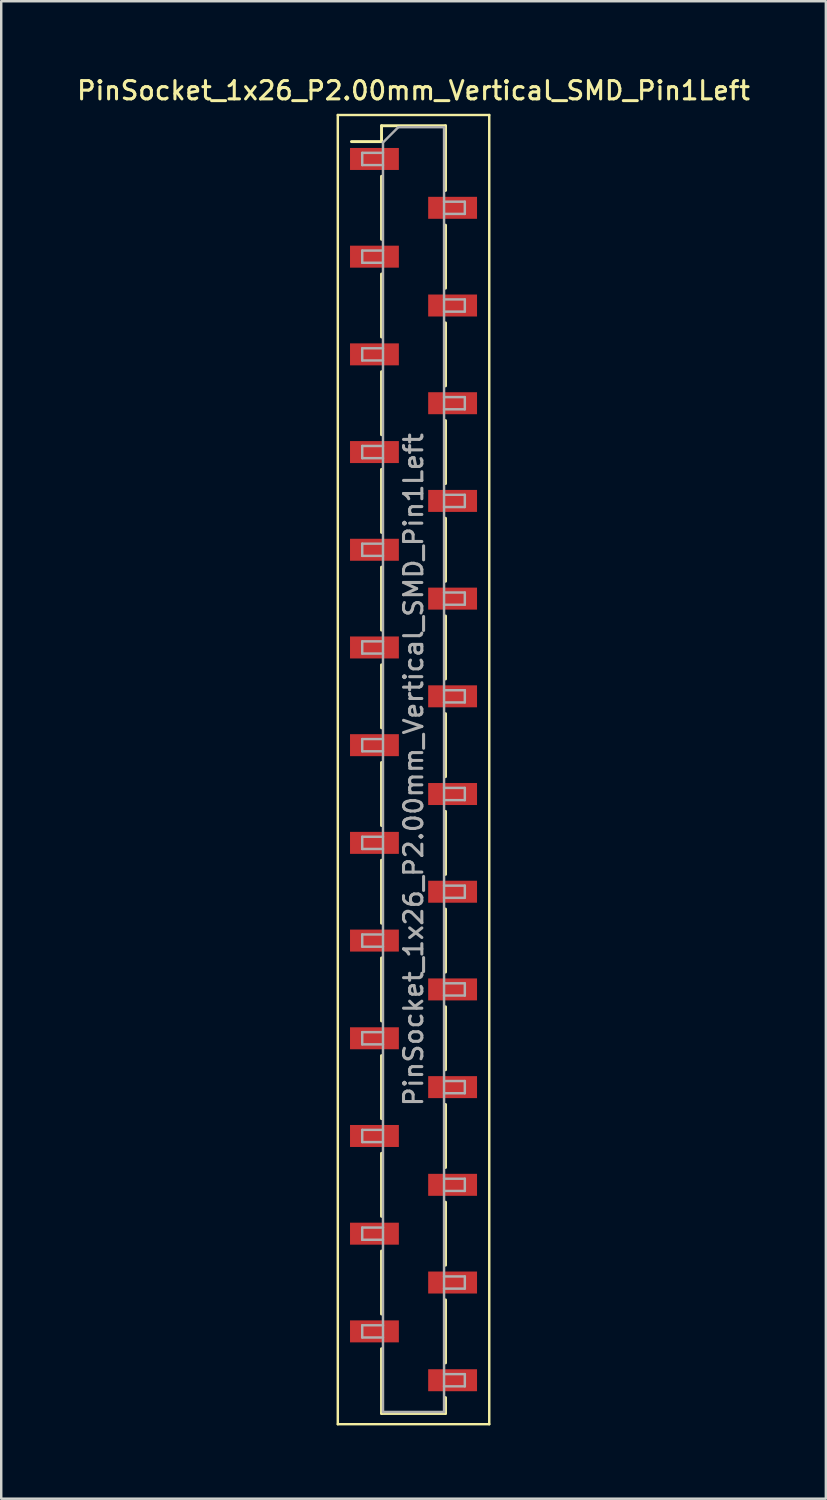
<source format=kicad_pcb>
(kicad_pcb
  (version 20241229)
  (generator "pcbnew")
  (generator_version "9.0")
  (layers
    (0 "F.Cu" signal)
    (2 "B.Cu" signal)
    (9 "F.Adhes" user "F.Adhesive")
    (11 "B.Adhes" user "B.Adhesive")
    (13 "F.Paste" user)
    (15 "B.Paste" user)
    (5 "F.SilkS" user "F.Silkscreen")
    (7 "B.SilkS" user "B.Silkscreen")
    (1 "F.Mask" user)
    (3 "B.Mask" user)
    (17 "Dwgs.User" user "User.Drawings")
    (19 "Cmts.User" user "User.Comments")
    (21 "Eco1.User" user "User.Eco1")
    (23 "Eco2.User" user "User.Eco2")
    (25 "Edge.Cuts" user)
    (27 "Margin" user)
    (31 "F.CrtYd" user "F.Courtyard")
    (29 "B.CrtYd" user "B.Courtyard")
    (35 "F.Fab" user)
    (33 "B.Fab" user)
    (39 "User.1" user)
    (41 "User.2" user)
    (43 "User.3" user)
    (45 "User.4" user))
  (footprint "PinSocket_1x26_P2.00mm_Vertical_SMD_Pin1Left"
    (layer "F.Cu")
    (at 13.88 28.458)
    (property "Reference" "PinSocket_1x26_P2.00mm_Vertical_SMD_Pin1Left" (at 0 -27.8 0) (layer "F.SilkS") (effects (font (size 0.75 0.75) (thickness 0.125))))
    (attr smd)
    (fp_line (start -3.1 -26.8) (end 3.1 -26.8) (stroke (width 0.1) (type solid)) (layer "F.SilkS"))
    (fp_line (start -3.1 26.8) (end -3.1 -26.8) (stroke (width 0.1) (type solid)) (layer "F.SilkS"))
    (fp_line (start -2.54 -25.71) (end -1.31 -25.71) (stroke (width 0.12) (type solid)) (layer "F.SilkS"))
    (fp_line (start -1.31 -26.36) (end -1.31 -25.71) (stroke (width 0.12) (type solid)) (layer "F.SilkS"))
    (fp_line (start -1.31 -26.36) (end 1.31 -26.36) (stroke (width 0.12) (type solid)) (layer "F.SilkS"))
    (fp_line (start -1.31 -24.29) (end -1.31 -21.71) (stroke (width 0.12) (type solid)) (layer "F.SilkS"))
    (fp_line (start -1.31 -20.29) (end -1.31 -17.71) (stroke (width 0.12) (type solid)) (layer "F.SilkS"))
    (fp_line (start -1.31 -16.29) (end -1.31 -13.71) (stroke (width 0.12) (type solid)) (layer "F.SilkS"))
    (fp_line (start -1.31 -12.29) (end -1.31 -9.71) (stroke (width 0.12) (type solid)) (layer "F.SilkS"))
    (fp_line (start -1.31 -8.29) (end -1.31 -5.71) (stroke (width 0.12) (type solid)) (layer "F.SilkS"))
    (fp_line (start -1.31 -4.29) (end -1.31 -1.71) (stroke (width 0.12) (type solid)) (layer "F.SilkS"))
    (fp_line (start -1.31 -0.29) (end -1.31 2.29) (stroke (width 0.12) (type solid)) (layer "F.SilkS"))
    (fp_line (start -1.31 3.71) (end -1.31 6.29) (stroke (width 0.12) (type solid)) (layer "F.SilkS"))
    (fp_line (start -1.31 7.71) (end -1.31 10.29) (stroke (width 0.12) (type solid)) (layer "F.SilkS"))
    (fp_line (start -1.31 11.71) (end -1.31 14.29) (stroke (width 0.12) (type solid)) (layer "F.SilkS"))
    (fp_line (start -1.31 15.71) (end -1.31 18.29) (stroke (width 0.12) (type solid)) (layer "F.SilkS"))
    (fp_line (start -1.31 19.71) (end -1.31 22.29) (stroke (width 0.12) (type solid)) (layer "F.SilkS"))
    (fp_line (start -1.31 23.71) (end -1.31 26.36) (stroke (width 0.12) (type solid)) (layer "F.SilkS"))
    (fp_line (start -1.31 26.36) (end 1.31 26.36) (stroke (width 0.12) (type solid)) (layer "F.SilkS"))
    (fp_line (start 1.31 -26.36) (end 1.31 -23.71) (stroke (width 0.12) (type solid)) (layer "F.SilkS"))
    (fp_line (start 1.31 -22.29) (end 1.31 -19.71) (stroke (width 0.12) (type solid)) (layer "F.SilkS"))
    (fp_line (start 1.31 -18.29) (end 1.31 -15.71) (stroke (width 0.12) (type solid)) (layer "F.SilkS"))
    (fp_line (start 1.31 -14.29) (end 1.31 -11.71) (stroke (width 0.12) (type solid)) (layer "F.SilkS"))
    (fp_line (start 1.31 -10.29) (end 1.31 -7.71) (stroke (width 0.12) (type solid)) (layer "F.SilkS"))
    (fp_line (start 1.31 -6.29) (end 1.31 -3.71) (stroke (width 0.12) (type solid)) (layer "F.SilkS"))
    (fp_line (start 1.31 -2.29) (end 1.31 0.29) (stroke (width 0.12) (type solid)) (layer "F.SilkS"))
    (fp_line (start 1.31 1.71) (end 1.31 4.29) (stroke (width 0.12) (type solid)) (layer "F.SilkS"))
    (fp_line (start 1.31 5.71) (end 1.31 8.29) (stroke (width 0.12) (type solid)) (layer "F.SilkS"))
    (fp_line (start 1.31 9.71) (end 1.31 12.29) (stroke (width 0.12) (type solid)) (layer "F.SilkS"))
    (fp_line (start 1.31 13.71) (end 1.31 16.29) (stroke (width 0.12) (type solid)) (layer "F.SilkS"))
    (fp_line (start 1.31 17.71) (end 1.31 20.29) (stroke (width 0.12) (type solid)) (layer "F.SilkS"))
    (fp_line (start 1.31 21.71) (end 1.31 24.29) (stroke (width 0.12) (type solid)) (layer "F.SilkS"))
    (fp_line (start 1.31 25.71) (end 1.31 26.36) (stroke (width 0.12) (type solid)) (layer "F.SilkS"))
    (fp_line (start 3.1 -26.8) (end 3.1 26.8) (stroke (width 0.1) (type solid)) (layer "F.SilkS"))
    (fp_line (start 3.1 26.8) (end -3.1 26.8) (stroke (width 0.1) (type solid)) (layer "F.SilkS"))
    (fp_line (start -2.1 -25.25) (end -1.25 -25.25) (stroke (width 0.1) (type solid)) (layer "F.Fab"))
    (fp_line (start -2.1 -24.75) (end -2.1 -25.25) (stroke (width 0.1) (type solid)) (layer "F.Fab"))
    (fp_line (start -2.1 -21.25) (end -1.25 -21.25) (stroke (width 0.1) (type solid)) (layer "F.Fab"))
    (fp_line (start -2.1 -20.75) (end -2.1 -21.25) (stroke (width 0.1) (type solid)) (layer "F.Fab"))
    (fp_line (start -2.1 -17.25) (end -1.25 -17.25) (stroke (width 0.1) (type solid)) (layer "F.Fab"))
    (fp_line (start -2.1 -16.75) (end -2.1 -17.25) (stroke (width 0.1) (type solid)) (layer "F.Fab"))
    (fp_line (start -2.1 -13.25) (end -1.25 -13.25) (stroke (width 0.1) (type solid)) (layer "F.Fab"))
    (fp_line (start -2.1 -12.75) (end -2.1 -13.25) (stroke (width 0.1) (type solid)) (layer "F.Fab"))
    (fp_line (start -2.1 -9.25) (end -1.25 -9.25) (stroke (width 0.1) (type solid)) (layer "F.Fab"))
    (fp_line (start -2.1 -8.75) (end -2.1 -9.25) (stroke (width 0.1) (type solid)) (layer "F.Fab"))
    (fp_line (start -2.1 -5.25) (end -1.25 -5.25) (stroke (width 0.1) (type solid)) (layer "F.Fab"))
    (fp_line (start -2.1 -4.75) (end -2.1 -5.25) (stroke (width 0.1) (type solid)) (layer "F.Fab"))
    (fp_line (start -2.1 -1.25) (end -1.25 -1.25) (stroke (width 0.1) (type solid)) (layer "F.Fab"))
    (fp_line (start -2.1 -0.75) (end -2.1 -1.25) (stroke (width 0.1) (type solid)) (layer "F.Fab"))
    (fp_line (start -2.1 2.75) (end -1.25 2.75) (stroke (width 0.1) (type solid)) (layer "F.Fab"))
    (fp_line (start -2.1 3.25) (end -2.1 2.75) (stroke (width 0.1) (type solid)) (layer "F.Fab"))
    (fp_line (start -2.1 6.75) (end -1.25 6.75) (stroke (width 0.1) (type solid)) (layer "F.Fab"))
    (fp_line (start -2.1 7.25) (end -2.1 6.75) (stroke (width 0.1) (type solid)) (layer "F.Fab"))
    (fp_line (start -2.1 10.75) (end -1.25 10.75) (stroke (width 0.1) (type solid)) (layer "F.Fab"))
    (fp_line (start -2.1 11.25) (end -2.1 10.75) (stroke (width 0.1) (type solid)) (layer "F.Fab"))
    (fp_line (start -2.1 14.75) (end -1.25 14.75) (stroke (width 0.1) (type solid)) (layer "F.Fab"))
    (fp_line (start -2.1 15.25) (end -2.1 14.75) (stroke (width 0.1) (type solid)) (layer "F.Fab"))
    (fp_line (start -2.1 18.75) (end -1.25 18.75) (stroke (width 0.1) (type solid)) (layer "F.Fab"))
    (fp_line (start -2.1 19.25) (end -2.1 18.75) (stroke (width 0.1) (type solid)) (layer "F.Fab"))
    (fp_line (start -2.1 22.75) (end -1.25 22.75) (stroke (width 0.1) (type solid)) (layer "F.Fab"))
    (fp_line (start -2.1 23.25) (end -2.1 22.75) (stroke (width 0.1) (type solid)) (layer "F.Fab"))
    (fp_line (start -1.25 -25.675) (end -0.625 -26.3) (stroke (width 0.1) (type solid)) (layer "F.Fab"))
    (fp_line (start -1.25 -24.75) (end -2.1 -24.75) (stroke (width 0.1) (type solid)) (layer "F.Fab"))
    (fp_line (start -1.25 -20.75) (end -2.1 -20.75) (stroke (width 0.1) (type solid)) (layer "F.Fab"))
    (fp_line (start -1.25 -16.75) (end -2.1 -16.75) (stroke (width 0.1) (type solid)) (layer "F.Fab"))
    (fp_line (start -1.25 -12.75) (end -2.1 -12.75) (stroke (width 0.1) (type solid)) (layer "F.Fab"))
    (fp_line (start -1.25 -8.75) (end -2.1 -8.75) (stroke (width 0.1) (type solid)) (layer "F.Fab"))
    (fp_line (start -1.25 -4.75) (end -2.1 -4.75) (stroke (width 0.1) (type solid)) (layer "F.Fab"))
    (fp_line (start -1.25 -0.75) (end -2.1 -0.75) (stroke (width 0.1) (type solid)) (layer "F.Fab"))
    (fp_line (start -1.25 3.25) (end -2.1 3.25) (stroke (width 0.1) (type solid)) (layer "F.Fab"))
    (fp_line (start -1.25 7.25) (end -2.1 7.25) (stroke (width 0.1) (type solid)) (layer "F.Fab"))
    (fp_line (start -1.25 11.25) (end -2.1 11.25) (stroke (width 0.1) (type solid)) (layer "F.Fab"))
    (fp_line (start -1.25 15.25) (end -2.1 15.25) (stroke (width 0.1) (type solid)) (layer "F.Fab"))
    (fp_line (start -1.25 19.25) (end -2.1 19.25) (stroke (width 0.1) (type solid)) (layer "F.Fab"))
    (fp_line (start -1.25 23.25) (end -2.1 23.25) (stroke (width 0.1) (type solid)) (layer "F.Fab"))
    (fp_line (start -1.25 26.3) (end -1.25 -25.675) (stroke (width 0.1) (type solid)) (layer "F.Fab"))
    (fp_line (start -0.625 -26.3) (end 1.25 -26.3) (stroke (width 0.1) (type solid)) (layer "F.Fab"))
    (fp_line (start 1.25 -26.3) (end 1.25 26.3) (stroke (width 0.1) (type solid)) (layer "F.Fab"))
    (fp_line (start 1.25 -23.25) (end 2.1 -23.25) (stroke (width 0.1) (type solid)) (layer "F.Fab"))
    (fp_line (start 1.25 -19.25) (end 2.1 -19.25) (stroke (width 0.1) (type solid)) (layer "F.Fab"))
    (fp_line (start 1.25 -15.25) (end 2.1 -15.25) (stroke (width 0.1) (type solid)) (layer "F.Fab"))
    (fp_line (start 1.25 -11.25) (end 2.1 -11.25) (stroke (width 0.1) (type solid)) (layer "F.Fab"))
    (fp_line (start 1.25 -7.25) (end 2.1 -7.25) (stroke (width 0.1) (type solid)) (layer "F.Fab"))
    (fp_line (start 1.25 -3.25) (end 2.1 -3.25) (stroke (width 0.1) (type solid)) (layer "F.Fab"))
    (fp_line (start 1.25 0.75) (end 2.1 0.75) (stroke (width 0.1) (type solid)) (layer "F.Fab"))
    (fp_line (start 1.25 4.75) (end 2.1 4.75) (stroke (width 0.1) (type solid)) (layer "F.Fab"))
    (fp_line (start 1.25 8.75) (end 2.1 8.75) (stroke (width 0.1) (type solid)) (layer "F.Fab"))
    (fp_line (start 1.25 12.75) (end 2.1 12.75) (stroke (width 0.1) (type solid)) (layer "F.Fab"))
    (fp_line (start 1.25 16.75) (end 2.1 16.75) (stroke (width 0.1) (type solid)) (layer "F.Fab"))
    (fp_line (start 1.25 20.75) (end 2.1 20.75) (stroke (width 0.1) (type solid)) (layer "F.Fab"))
    (fp_line (start 1.25 24.75) (end 2.1 24.75) (stroke (width 0.1) (type solid)) (layer "F.Fab"))
    (fp_line (start 1.25 26.3) (end -1.25 26.3) (stroke (width 0.1) (type solid)) (layer "F.Fab"))
    (fp_line (start 2.1 -23.25) (end 2.1 -22.75) (stroke (width 0.1) (type solid)) (layer "F.Fab"))
    (fp_line (start 2.1 -22.75) (end 1.25 -22.75) (stroke (width 0.1) (type solid)) (layer "F.Fab"))
    (fp_line (start 2.1 -19.25) (end 2.1 -18.75) (stroke (width 0.1) (type solid)) (layer "F.Fab"))
    (fp_line (start 2.1 -18.75) (end 1.25 -18.75) (stroke (width 0.1) (type solid)) (layer "F.Fab"))
    (fp_line (start 2.1 -15.25) (end 2.1 -14.75) (stroke (width 0.1) (type solid)) (layer "F.Fab"))
    (fp_line (start 2.1 -14.75) (end 1.25 -14.75) (stroke (width 0.1) (type solid)) (layer "F.Fab"))
    (fp_line (start 2.1 -11.25) (end 2.1 -10.75) (stroke (width 0.1) (type solid)) (layer "F.Fab"))
    (fp_line (start 2.1 -10.75) (end 1.25 -10.75) (stroke (width 0.1) (type solid)) (layer "F.Fab"))
    (fp_line (start 2.1 -7.25) (end 2.1 -6.75) (stroke (width 0.1) (type solid)) (layer "F.Fab"))
    (fp_line (start 2.1 -6.75) (end 1.25 -6.75) (stroke (width 0.1) (type solid)) (layer "F.Fab"))
    (fp_line (start 2.1 -3.25) (end 2.1 -2.75) (stroke (width 0.1) (type solid)) (layer "F.Fab"))
    (fp_line (start 2.1 -2.75) (end 1.25 -2.75) (stroke (width 0.1) (type solid)) (layer "F.Fab"))
    (fp_line (start 2.1 0.75) (end 2.1 1.25) (stroke (width 0.1) (type solid)) (layer "F.Fab"))
    (fp_line (start 2.1 1.25) (end 1.25 1.25) (stroke (width 0.1) (type solid)) (layer "F.Fab"))
    (fp_line (start 2.1 4.75) (end 2.1 5.25) (stroke (width 0.1) (type solid)) (layer "F.Fab"))
    (fp_line (start 2.1 5.25) (end 1.25 5.25) (stroke (width 0.1) (type solid)) (layer "F.Fab"))
    (fp_line (start 2.1 8.75) (end 2.1 9.25) (stroke (width 0.1) (type solid)) (layer "F.Fab"))
    (fp_line (start 2.1 9.25) (end 1.25 9.25) (stroke (width 0.1) (type solid)) (layer "F.Fab"))
    (fp_line (start 2.1 12.75) (end 2.1 13.25) (stroke (width 0.1) (type solid)) (layer "F.Fab"))
    (fp_line (start 2.1 13.25) (end 1.25 13.25) (stroke (width 0.1) (type solid)) (layer "F.Fab"))
    (fp_line (start 2.1 16.75) (end 2.1 17.25) (stroke (width 0.1) (type solid)) (layer "F.Fab"))
    (fp_line (start 2.1 17.25) (end 1.25 17.25) (stroke (width 0.1) (type solid)) (layer "F.Fab"))
    (fp_line (start 2.1 20.75) (end 2.1 21.25) (stroke (width 0.1) (type solid)) (layer "F.Fab"))
    (fp_line (start 2.1 21.25) (end 1.25 21.25) (stroke (width 0.1) (type solid)) (layer "F.Fab"))
    (fp_line (start 2.1 24.75) (end 2.1 25.25) (stroke (width 0.1) (type solid)) (layer "F.Fab"))
    (fp_line (start 2.1 25.25) (end 1.25 25.25) (stroke (width 0.1) (type solid)) (layer "F.Fab"))
    (fp_text user "${REFERENCE}" (at 0 0 90) (layer "F.Fab") (effects (font (size 0.75 0.75) (thickness 0.125))))
    (pad "1" smd rect (at -1.6 -25) (size 2 0.9) (layers "F.Cu" "F.Mask" "F.Paste"))
    (pad "2" smd rect (at 1.6 -23) (size 2 0.9) (layers "F.Cu" "F.Mask" "F.Paste"))
    (pad "3" smd rect (at -1.6 -21) (size 2 0.9) (layers "F.Cu" "F.Mask" "F.Paste"))
    (pad "4" smd rect (at 1.6 -19) (size 2 0.9) (layers "F.Cu" "F.Mask" "F.Paste"))
    (pad "5" smd rect (at -1.6 -17) (size 2 0.9) (layers "F.Cu" "F.Mask" "F.Paste"))
    (pad "6" smd rect (at 1.6 -15) (size 2 0.9) (layers "F.Cu" "F.Mask" "F.Paste"))
    (pad "7" smd rect (at -1.6 -13) (size 2 0.9) (layers "F.Cu" "F.Mask" "F.Paste"))
    (pad "8" smd rect (at 1.6 -11) (size 2 0.9) (layers "F.Cu" "F.Mask" "F.Paste"))
    (pad "9" smd rect (at -1.6 -9) (size 2 0.9) (layers "F.Cu" "F.Mask" "F.Paste"))
    (pad "10" smd rect (at 1.6 -7) (size 2 0.9) (layers "F.Cu" "F.Mask" "F.Paste"))
    (pad "11" smd rect (at -1.6 -5) (size 2 0.9) (layers "F.Cu" "F.Mask" "F.Paste"))
    (pad "12" smd rect (at 1.6 -3) (size 2 0.9) (layers "F.Cu" "F.Mask" "F.Paste"))
    (pad "13" smd rect (at -1.6 -1) (size 2 0.9) (layers "F.Cu" "F.Mask" "F.Paste"))
    (pad "14" smd rect (at 1.6 1) (size 2 0.9) (layers "F.Cu" "F.Mask" "F.Paste"))
    (pad "15" smd rect (at -1.6 3) (size 2 0.9) (layers "F.Cu" "F.Mask" "F.Paste"))
    (pad "16" smd rect (at 1.6 5) (size 2 0.9) (layers "F.Cu" "F.Mask" "F.Paste"))
    (pad "17" smd rect (at -1.6 7) (size 2 0.9) (layers "F.Cu" "F.Mask" "F.Paste"))
    (pad "18" smd rect (at 1.6 9) (size 2 0.9) (layers "F.Cu" "F.Mask" "F.Paste"))
    (pad "19" smd rect (at -1.6 11) (size 2 0.9) (layers "F.Cu" "F.Mask" "F.Paste"))
    (pad "20" smd rect (at 1.6 13) (size 2 0.9) (layers "F.Cu" "F.Mask" "F.Paste"))
    (pad "21" smd rect (at -1.6 15) (size 2 0.9) (layers "F.Cu" "F.Mask" "F.Paste"))
    (pad "22" smd rect (at 1.6 17) (size 2 0.9) (layers "F.Cu" "F.Mask" "F.Paste"))
    (pad "23" smd rect (at -1.6 19) (size 2 0.9) (layers "F.Cu" "F.Mask" "F.Paste"))
    (pad "24" smd rect (at 1.6 21) (size 2 0.9) (layers "F.Cu" "F.Mask" "F.Paste"))
    (pad "25" smd rect (at -1.6 23) (size 2 0.9) (layers "F.Cu" "F.Mask" "F.Paste"))
    (pad "26" smd rect (at 1.6 25) (size 2 0.9) (layers "F.Cu" "F.Mask" "F.Paste")))
  (gr_rect
    (start -3 -3)
    (end 30.761 58.308)
    (stroke (width 0.1) (type default))
    (fill no)
    (layer "Edge.Cuts")))
</source>
